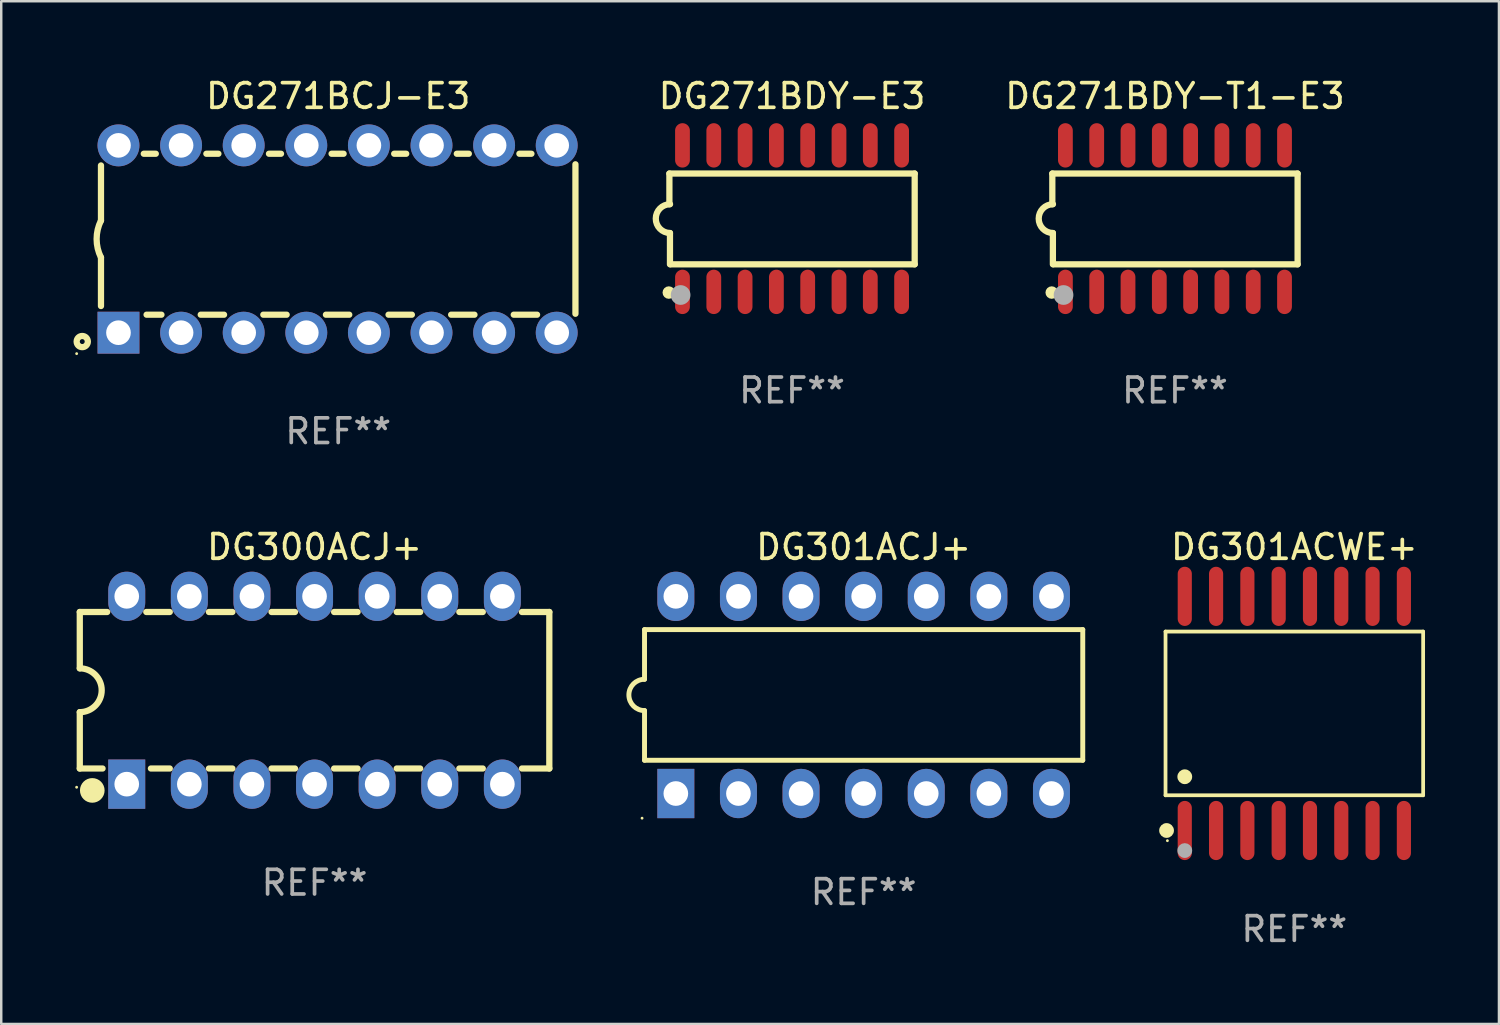
<source format=kicad_pcb>
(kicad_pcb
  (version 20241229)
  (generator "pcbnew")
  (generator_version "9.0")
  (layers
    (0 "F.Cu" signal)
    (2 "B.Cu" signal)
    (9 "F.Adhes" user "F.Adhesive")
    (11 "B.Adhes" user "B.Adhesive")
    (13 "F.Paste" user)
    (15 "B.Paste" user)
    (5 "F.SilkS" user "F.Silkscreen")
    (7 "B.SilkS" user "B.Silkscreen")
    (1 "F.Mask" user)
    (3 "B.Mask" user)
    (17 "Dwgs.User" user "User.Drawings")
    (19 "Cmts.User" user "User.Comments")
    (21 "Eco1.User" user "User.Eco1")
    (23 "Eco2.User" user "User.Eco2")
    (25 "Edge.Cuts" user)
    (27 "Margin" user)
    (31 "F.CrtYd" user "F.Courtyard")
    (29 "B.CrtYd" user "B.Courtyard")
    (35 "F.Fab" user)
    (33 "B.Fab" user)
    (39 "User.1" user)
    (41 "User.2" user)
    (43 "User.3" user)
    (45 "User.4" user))
  (footprint "DG300ACJ+"
    (layer "F.Cu")
    (at 9.712 24.955)
    (property "Reference" "DG300ACJ+" (at 0 -5.81 0) (layer "F.SilkS") (effects (font (size 1 1) (thickness 0.15))))
    (attr through_hole)
    (fp_line (start -9.525 -3.175) (end -9.525 -0.889) (stroke (width 0.254) (type solid)) (layer "F.SilkS"))
    (fp_line (start -9.525 -3.175) (end -8.414 -3.175) (stroke (width 0.254) (type solid)) (layer "F.SilkS"))
    (fp_line (start -9.525 3.175) (end -9.525 0.889) (stroke (width 0.254) (type solid)) (layer "F.SilkS"))
    (fp_line (start -8.601 3.175) (end -9.525 3.175) (stroke (width 0.254) (type solid)) (layer "F.SilkS"))
    (fp_line (start -6.826 -3.175) (end -5.874 -3.175) (stroke (width 0.254) (type solid)) (layer "F.SilkS"))
    (fp_line (start -5.874 3.175) (end -6.639 3.175) (stroke (width 0.254) (type solid)) (layer "F.SilkS"))
    (fp_line (start -4.286 -3.175) (end -3.334 -3.175) (stroke (width 0.254) (type solid)) (layer "F.SilkS"))
    (fp_line (start -3.334 3.175) (end -4.286 3.175) (stroke (width 0.254) (type solid)) (layer "F.SilkS"))
    (fp_line (start -1.746 -3.175) (end -0.794 -3.175) (stroke (width 0.254) (type solid)) (layer "F.SilkS"))
    (fp_line (start -0.794 3.175) (end -1.746 3.175) (stroke (width 0.254) (type solid)) (layer "F.SilkS"))
    (fp_line (start 0.794 -3.175) (end 1.746 -3.175) (stroke (width 0.254) (type solid)) (layer "F.SilkS"))
    (fp_line (start 1.746 3.175) (end 0.794 3.175) (stroke (width 0.254) (type solid)) (layer "F.SilkS"))
    (fp_line (start 3.334 -3.175) (end 4.286 -3.175) (stroke (width 0.254) (type solid)) (layer "F.SilkS"))
    (fp_line (start 4.286 3.175) (end 3.334 3.175) (stroke (width 0.254) (type solid)) (layer "F.SilkS"))
    (fp_line (start 5.874 -3.175) (end 6.826 -3.175) (stroke (width 0.254) (type solid)) (layer "F.SilkS"))
    (fp_line (start 6.826 3.175) (end 5.874 3.175) (stroke (width 0.254) (type solid)) (layer "F.SilkS"))
    (fp_line (start 8.414 -3.175) (end 9.525 -3.175) (stroke (width 0.254) (type solid)) (layer "F.SilkS"))
    (fp_line (start 9.525 -3.175) (end 9.525 3.175) (stroke (width 0.254) (type solid)) (layer "F.SilkS"))
    (fp_line (start 9.525 3.175) (end 8.414 3.175) (stroke (width 0.254) (type solid)) (layer "F.SilkS"))
    (fp_arc (start -9.525019 -0.889002) (mid -8.636017 0) (end -9.525019 0.889002) (stroke (width 0.254001) (type solid)) (layer "F.SilkS"))
    (fp_circle (center -9.653 3.935) (end -9.623 3.935) (stroke (width 0.06) (type solid)) (fill no) (layer "F.SilkS"))
    (fp_circle (center -9.018 4.064) (end -8.768 4.064) (stroke (width 0.5) (type solid)) (fill no) (layer "F.SilkS"))
    (fp_text user "REF**" (at 0 7.81 0) (layer "F.Fab") (effects (font (size 1 1) (thickness 0.15))))
    (pad "1" thru_hole rect (at -7.62 3.81) (size 1.5 2) (drill 1) (layers "*.Cu" "*.Mask"))
    (pad "2" thru_hole oval (at -5.08 3.81) (size 1.5 2) (drill 1) (layers "*.Cu" "*.Mask"))
    (pad "3" thru_hole oval (at -2.54 3.81) (size 1.5 2) (drill 1) (layers "*.Cu" "*.Mask"))
    (pad "4" thru_hole oval (at 0 3.81) (size 1.5 2) (drill 1) (layers "*.Cu" "*.Mask"))
    (pad "5" thru_hole oval (at 2.54 3.81) (size 1.5 2) (drill 1) (layers "*.Cu" "*.Mask"))
    (pad "6" thru_hole oval (at 5.08 3.81) (size 1.5 2) (drill 1) (layers "*.Cu" "*.Mask"))
    (pad "7" thru_hole oval (at 7.62 3.81) (size 1.5 2) (drill 1) (layers "*.Cu" "*.Mask"))
    (pad "8" thru_hole oval (at 7.62 -3.81) (size 1.5 2) (drill 1) (layers "*.Cu" "*.Mask"))
    (pad "9" thru_hole oval (at 5.08 -3.81) (size 1.5 2) (drill 1) (layers "*.Cu" "*.Mask"))
    (pad "10" thru_hole oval (at 2.54 -3.81) (size 1.5 2) (drill 1) (layers "*.Cu" "*.Mask"))
    (pad "11" thru_hole oval (at 0 -3.81) (size 1.5 2) (drill 1) (layers "*.Cu" "*.Mask"))
    (pad "12" thru_hole oval (at -2.54 -3.81) (size 1.5 2) (drill 1) (layers "*.Cu" "*.Mask"))
    (pad "13" thru_hole oval (at -5.08 -3.81) (size 1.5 2) (drill 1) (layers "*.Cu" "*.Mask"))
    (pad "14" thru_hole oval (at -7.62 -3.81) (size 1.5 2) (drill 1) (layers "*.Cu" "*.Mask")))
  (footprint "DG271BDY-E3"
    (layer "F.Cu")
    (at 29.085 5.82)
    (property "Reference" "DG271BDY-E3" (at 0 -4.972 0) (layer "F.SilkS") (effects (font (size 1 1) (thickness 0.15))))
    (attr through_hole)
    (fp_line (start -4.976 -1.829) (end -4.976 -0.584) (stroke (width 0.254) (type solid)) (layer "F.SilkS"))
    (fp_line (start -4.953 0.584) (end -4.953 1.854) (stroke (width 0.254) (type solid)) (layer "F.SilkS"))
    (fp_line (start -4.928 1.854) (end 4.976 1.854) (stroke (width 0.254) (type solid)) (layer "F.SilkS"))
    (fp_line (start 4.976 -1.829) (end -4.976 -1.829) (stroke (width 0.254) (type solid)) (layer "F.SilkS"))
    (fp_line (start 4.976 1.854) (end 4.976 -1.829) (stroke (width 0.254) (type solid)) (layer "F.SilkS"))
    (fp_arc (start -4.95301 0.584201) (mid -5.533866 -0.00152) (end -4.950088 -0.584329) (stroke (width 0.254001) (type solid)) (layer "F.SilkS"))
    (fp_circle (center -5 3) (end -4.873 3) (stroke (width 0.254) (type solid)) (fill no) (layer "F.SilkS"))
    (fp_circle (center -4.521 3.099) (end -4.321 3.099) (stroke (width 0.4) (type solid)) (fill no) (layer "F.Fab"))
    (fp_text user "REF**" (at 0 6.972 0) (layer "F.Fab") (effects (font (size 1 1) (thickness 0.15))))
    (pad "1" smd oval (at -4.445 2.972 180) (size 0.6 1.8) (layers "F.Cu" "F.Mask" "F.Paste"))
    (pad "2" smd oval (at -3.175 2.972 180) (size 0.6 1.8) (layers "F.Cu" "F.Mask" "F.Paste"))
    (pad "3" smd oval (at -1.905 2.972 180) (size 0.6 1.8) (layers "F.Cu" "F.Mask" "F.Paste"))
    (pad "4" smd oval (at -0.635 2.972 180) (size 0.6 1.8) (layers "F.Cu" "F.Mask" "F.Paste"))
    (pad "5" smd oval (at 0.635 2.972 180) (size 0.6 1.8) (layers "F.Cu" "F.Mask" "F.Paste"))
    (pad "6" smd oval (at 1.905 2.972 180) (size 0.6 1.8) (layers "F.Cu" "F.Mask" "F.Paste"))
    (pad "7" smd oval (at 3.175 2.972 180) (size 0.6 1.8) (layers "F.Cu" "F.Mask" "F.Paste"))
    (pad "8" smd oval (at 4.445 2.972 180) (size 0.6 1.8) (layers "F.Cu" "F.Mask" "F.Paste"))
    (pad "9" smd oval (at 4.445 -2.972 180) (size 0.6 1.8) (layers "F.Cu" "F.Mask" "F.Paste"))
    (pad "10" smd oval (at 3.175 -2.972 180) (size 0.6 1.8) (layers "F.Cu" "F.Mask" "F.Paste"))
    (pad "11" smd oval (at 1.905 -2.972 180) (size 0.6 1.8) (layers "F.Cu" "F.Mask" "F.Paste"))
    (pad "12" smd oval (at 0.635 -2.972 180) (size 0.6 1.8) (layers "F.Cu" "F.Mask" "F.Paste"))
    (pad "13" smd oval (at -0.635 -2.972 180) (size 0.6 1.8) (layers "F.Cu" "F.Mask" "F.Paste"))
    (pad "14" smd oval (at -1.905 -2.972 180) (size 0.6 1.8) (layers "F.Cu" "F.Mask" "F.Paste"))
    (pad "15" smd oval (at -3.175 -2.972 180) (size 0.6 1.8) (layers "F.Cu" "F.Mask" "F.Paste"))
    (pad "16" smd oval (at -4.445 -2.972 180) (size 0.6 1.8) (layers "F.Cu" "F.Mask" "F.Paste")))
  (footprint "DG301ACJ+"
    (layer "F.Cu")
    (at 31.99 25.145)
    (property "Reference" "DG301ACJ+" (at 0 -6 0) (layer "F.SilkS") (effects (font (size 1 1) (thickness 0.15))))
    (attr through_hole)
    (fp_line (start -8.89 -2.65) (end -8.89 -0.635) (stroke (width 0.2) (type solid)) (layer "F.SilkS"))
    (fp_line (start -8.89 0.635) (end -8.89 2.65) (stroke (width 0.2) (type solid)) (layer "F.SilkS"))
    (fp_line (start -8.89 2.65) (end 8.89 2.65) (stroke (width 0.2) (type solid)) (layer "F.SilkS"))
    (fp_line (start 8.89 -2.65) (end -8.89 -2.65) (stroke (width 0.2) (type solid)) (layer "F.SilkS"))
    (fp_line (start 8.89 2.65) (end 8.89 -2.65) (stroke (width 0.2) (type solid)) (layer "F.SilkS"))
    (fp_arc (start -8.890018 0.635001) (mid -9.525019 0) (end -8.890018 -0.635001) (stroke (width 0.2) (type solid)) (layer "F.SilkS"))
    (fp_circle (center -8.99 5) (end -8.96 5) (stroke (width 0.06) (type solid)) (fill no) (layer "F.SilkS"))
    (fp_text user "REF**" (at 0 8 0) (layer "F.Fab") (effects (font (size 1 1) (thickness 0.15))))
    (pad "1" thru_hole rect (at -7.62 4 90) (size 2 1.5) (drill 1) (layers "*.Cu" "*.Mask"))
    (pad "2" thru_hole oval (at -5.08 4 90) (size 2 1.5) (drill 1) (layers "*.Cu" "*.Mask"))
    (pad "3" thru_hole oval (at -2.54 4 90) (size 2 1.5) (drill 1) (layers "*.Cu" "*.Mask"))
    (pad "4" thru_hole oval (at 0 4 90) (size 2 1.5) (drill 1) (layers "*.Cu" "*.Mask"))
    (pad "5" thru_hole oval (at 2.54 4 90) (size 2 1.5) (drill 1) (layers "*.Cu" "*.Mask"))
    (pad "6" thru_hole oval (at 5.08 4 90) (size 2 1.5) (drill 1) (layers "*.Cu" "*.Mask"))
    (pad "7" thru_hole oval (at 7.62 4 90) (size 2 1.5) (drill 1) (layers "*.Cu" "*.Mask"))
    (pad "8" thru_hole oval (at 7.62 -4 90) (size 2 1.5) (drill 1) (layers "*.Cu" "*.Mask"))
    (pad "9" thru_hole oval (at 5.08 -4 90) (size 2 1.5) (drill 1) (layers "*.Cu" "*.Mask"))
    (pad "10" thru_hole oval (at 2.54 -4 90) (size 2 1.5) (drill 1) (layers "*.Cu" "*.Mask"))
    (pad "11" thru_hole oval (at 0 -4 90) (size 2 1.5) (drill 1) (layers "*.Cu" "*.Mask"))
    (pad "12" thru_hole oval (at -2.54 -4 90) (size 2 1.5) (drill 1) (layers "*.Cu" "*.Mask"))
    (pad "13" thru_hole oval (at -5.08 -4 90) (size 2 1.5) (drill 1) (layers "*.Cu" "*.Mask"))
    (pad "14" thru_hole oval (at -7.62 -4 90) (size 2 1.5) (drill 1) (layers "*.Cu" "*.Mask")))
  (footprint "DG271BDY-T1-E3"
    (layer "F.Cu")
    (at 44.621 5.82)
    (property "Reference" "DG271BDY-T1-E3" (at 0 -4.972 0) (layer "F.SilkS") (effects (font (size 1 1) (thickness 0.15))))
    (attr through_hole)
    (fp_line (start -4.976 -1.829) (end -4.976 -0.584) (stroke (width 0.254) (type solid)) (layer "F.SilkS"))
    (fp_line (start -4.953 0.584) (end -4.953 1.854) (stroke (width 0.254) (type solid)) (layer "F.SilkS"))
    (fp_line (start -4.928 1.854) (end 4.976 1.854) (stroke (width 0.254) (type solid)) (layer "F.SilkS"))
    (fp_line (start 4.976 -1.829) (end -4.976 -1.829) (stroke (width 0.254) (type solid)) (layer "F.SilkS"))
    (fp_line (start 4.976 1.854) (end 4.976 -1.829) (stroke (width 0.254) (type solid)) (layer "F.SilkS"))
    (fp_arc (start -4.95301 0.584201) (mid -5.533866 -0.00152) (end -4.950088 -0.584329) (stroke (width 0.254001) (type solid)) (layer "F.SilkS"))
    (fp_circle (center -5 3) (end -4.873 3) (stroke (width 0.254) (type solid)) (fill no) (layer "F.SilkS"))
    (fp_circle (center -4.521 3.099) (end -4.321 3.099) (stroke (width 0.4) (type solid)) (fill no) (layer "F.Fab"))
    (fp_text user "REF**" (at 0 6.972 0) (layer "F.Fab") (effects (font (size 1 1) (thickness 0.15))))
    (pad "1" smd oval (at -4.445 2.972 180) (size 0.6 1.8) (layers "F.Cu" "F.Mask" "F.Paste"))
    (pad "2" smd oval (at -3.175 2.972 180) (size 0.6 1.8) (layers "F.Cu" "F.Mask" "F.Paste"))
    (pad "3" smd oval (at -1.905 2.972 180) (size 0.6 1.8) (layers "F.Cu" "F.Mask" "F.Paste"))
    (pad "4" smd oval (at -0.635 2.972 180) (size 0.6 1.8) (layers "F.Cu" "F.Mask" "F.Paste"))
    (pad "5" smd oval (at 0.635 2.972 180) (size 0.6 1.8) (layers "F.Cu" "F.Mask" "F.Paste"))
    (pad "6" smd oval (at 1.905 2.972 180) (size 0.6 1.8) (layers "F.Cu" "F.Mask" "F.Paste"))
    (pad "7" smd oval (at 3.175 2.972 180) (size 0.6 1.8) (layers "F.Cu" "F.Mask" "F.Paste"))
    (pad "8" smd oval (at 4.445 2.972 180) (size 0.6 1.8) (layers "F.Cu" "F.Mask" "F.Paste"))
    (pad "9" smd oval (at 4.445 -2.972 180) (size 0.6 1.8) (layers "F.Cu" "F.Mask" "F.Paste"))
    (pad "10" smd oval (at 3.175 -2.972 180) (size 0.6 1.8) (layers "F.Cu" "F.Mask" "F.Paste"))
    (pad "11" smd oval (at 1.905 -2.972 180) (size 0.6 1.8) (layers "F.Cu" "F.Mask" "F.Paste"))
    (pad "12" smd oval (at 0.635 -2.972 180) (size 0.6 1.8) (layers "F.Cu" "F.Mask" "F.Paste"))
    (pad "13" smd oval (at -0.635 -2.972 180) (size 0.6 1.8) (layers "F.Cu" "F.Mask" "F.Paste"))
    (pad "14" smd oval (at -1.905 -2.972 180) (size 0.6 1.8) (layers "F.Cu" "F.Mask" "F.Paste"))
    (pad "15" smd oval (at -3.175 -2.972 180) (size 0.6 1.8) (layers "F.Cu" "F.Mask" "F.Paste"))
    (pad "16" smd oval (at -4.445 -2.972 180) (size 0.6 1.8) (layers "F.Cu" "F.Mask" "F.Paste")))
  (footprint "DG271BCJ-E3"
    (layer "F.Cu")
    (at 10.672 6.648)
    (property "Reference" "DG271BCJ-E3" (at 0 -5.8 0) (layer "F.SilkS") (effects (font (size 1 1) (thickness 0.15))))
    (attr through_hole)
    (fp_line (start -9.625 -0.75) (end -9.625 -2.985) (stroke (width 0.254) (type solid)) (layer "F.SilkS"))
    (fp_line (start -9.625 0.749) (end -9.625 2.719) (stroke (width 0.254) (type solid)) (layer "F.SilkS"))
    (fp_line (start -7.889 -3.46) (end -7.401 -3.46) (stroke (width 0.254) (type solid)) (layer "F.SilkS"))
    (fp_line (start -7.775 3.07) (end -7.172 3.07) (stroke (width 0.254) (type solid)) (layer "F.SilkS"))
    (fp_line (start -5.578 3.07) (end -4.632 3.07) (stroke (width 0.254) (type solid)) (layer "F.SilkS"))
    (fp_line (start -5.349 -3.46) (end -4.861 -3.46) (stroke (width 0.254) (type solid)) (layer "F.SilkS"))
    (fp_line (start -3.038 3.07) (end -2.092 3.07) (stroke (width 0.254) (type solid)) (layer "F.SilkS"))
    (fp_line (start -2.809 -3.46) (end -2.321 -3.46) (stroke (width 0.254) (type solid)) (layer "F.SilkS"))
    (fp_line (start -0.498 3.07) (end 0.448 3.07) (stroke (width 0.254) (type solid)) (layer "F.SilkS"))
    (fp_line (start -0.269 -3.46) (end 0.219 -3.46) (stroke (width 0.254) (type solid)) (layer "F.SilkS"))
    (fp_line (start 2.042 3.07) (end 2.988 3.07) (stroke (width 0.254) (type solid)) (layer "F.SilkS"))
    (fp_line (start 2.271 -3.46) (end 2.759 -3.46) (stroke (width 0.254) (type solid)) (layer "F.SilkS"))
    (fp_line (start 4.582 3.07) (end 5.528 3.07) (stroke (width 0.254) (type solid)) (layer "F.SilkS"))
    (fp_line (start 4.811 -3.46) (end 5.299 -3.46) (stroke (width 0.254) (type solid)) (layer "F.SilkS"))
    (fp_line (start 7.122 3.07) (end 8.068 3.07) (stroke (width 0.254) (type solid)) (layer "F.SilkS"))
    (fp_line (start 7.351 -3.46) (end 7.839 -3.46) (stroke (width 0.254) (type solid)) (layer "F.SilkS"))
    (fp_line (start 9.625 3.032) (end 9.625 -3.032) (stroke (width 0.254) (type solid)) (layer "F.SilkS"))
    (fp_arc (start -9.62498 0.748819) (mid -9.801899 -0.000581) (end -9.625006 -0.749987) (stroke (width 0.254001) (type solid)) (layer "F.SilkS"))
    (fp_circle (center -10.612 4.65) (end -10.582 4.65) (stroke (width 0.06) (type solid)) (fill no) (layer "F.SilkS"))
    (fp_circle (center -10.385 4.16) (end -10.285 4.16) (stroke (width 0.254) (type solid)) (fill no) (layer "F.SilkS"))
    (fp_text user "REF**" (at 0 7.8 0) (layer "F.Fab") (effects (font (size 1 1) (thickness 0.15))))
    (pad "1" thru_hole rect (at -8.915 3.8 90) (size 1.7 1.7) (drill 1) (layers "*.Cu" "*.Mask"))
    (pad "2" thru_hole circle (at -6.375 3.8) (size 1.7 1.7) (drill 1) (layers "*.Cu" "*.Mask"))
    (pad "3" thru_hole circle (at -3.835 3.8) (size 1.7 1.7) (drill 1) (layers "*.Cu" "*.Mask"))
    (pad "4" thru_hole circle (at -1.295 3.8) (size 1.7 1.7) (drill 1) (layers "*.Cu" "*.Mask"))
    (pad "5" thru_hole circle (at 1.245 3.8) (size 1.7 1.7) (drill 1) (layers "*.Cu" "*.Mask"))
    (pad "6" thru_hole circle (at 3.785 3.8) (size 1.7 1.7) (drill 1) (layers "*.Cu" "*.Mask"))
    (pad "7" thru_hole circle (at 6.325 3.8) (size 1.7 1.7) (drill 1) (layers "*.Cu" "*.Mask"))
    (pad "8" thru_hole circle (at 8.865 3.8) (size 1.7 1.7) (drill 1) (layers "*.Cu" "*.Mask"))
    (pad "9" thru_hole circle (at 8.865 -3.8) (size 1.7 1.7) (drill 1) (layers "*.Cu" "*.Mask"))
    (pad "10" thru_hole circle (at 6.325 -3.8) (size 1.7 1.7) (drill 1) (layers "*.Cu" "*.Mask"))
    (pad "11" thru_hole circle (at 3.785 -3.8) (size 1.7 1.7) (drill 1) (layers "*.Cu" "*.Mask"))
    (pad "12" thru_hole circle (at 1.245 -3.8) (size 1.7 1.7) (drill 1) (layers "*.Cu" "*.Mask"))
    (pad "13" thru_hole circle (at -1.295 -3.8) (size 1.7 1.7) (drill 1) (layers "*.Cu" "*.Mask"))
    (pad "14" thru_hole circle (at -3.835 -3.8) (size 1.7 1.7) (drill 1) (layers "*.Cu" "*.Mask"))
    (pad "15" thru_hole circle (at -6.375 -3.8) (size 1.7 1.7) (drill 1) (layers "*.Cu" "*.Mask"))
    (pad "16" thru_hole circle (at -8.915 -3.8) (size 1.7 1.7) (drill 1) (layers "*.Cu" "*.Mask")))
  (footprint "DG301ACWE+"
    (layer "F.Cu")
    (at 49.464 25.895)
    (property "Reference" "DG301ACWE+" (at 0 -6.75 0) (layer "F.SilkS") (effects (font (size 1 1) (thickness 0.15))))
    (attr through_hole)
    (fp_line (start -5.226 -3.321) (end 5.226 -3.321) (stroke (width 0.152) (type solid)) (layer "F.SilkS"))
    (fp_line (start -5.226 3.321) (end -5.226 -3.321) (stroke (width 0.152) (type solid)) (layer "F.SilkS"))
    (fp_line (start 5.226 -3.321) (end 5.226 3.321) (stroke (width 0.152) (type solid)) (layer "F.SilkS"))
    (fp_line (start 5.226 3.321) (end -5.226 3.321) (stroke (width 0.152) (type solid)) (layer "F.SilkS"))
    (fp_circle (center -5.184 4.75) (end -5.034 4.75) (stroke (width 0.3) (type solid)) (fill no) (layer "F.SilkS"))
    (fp_circle (center -5.15 5.163) (end -5.12 5.163) (stroke (width 0.06) (type solid)) (fill no) (layer "F.SilkS"))
    (fp_circle (center -4.445 2.569) (end -4.295 2.569) (stroke (width 0.3) (type solid)) (fill no) (layer "F.SilkS"))
    (fp_circle (center -4.445 5.563) (end -4.295 5.563) (stroke (width 0.3) (type solid)) (fill no) (layer "F.Fab"))
    (fp_text user "REF**" (at 0 8.75 0) (layer "F.Fab") (effects (font (size 1 1) (thickness 0.15))))
    (pad "1" smd oval (at -4.445 4.75) (size 0.574 2.401) (layers "F.Cu" "F.Mask" "F.Paste"))
    (pad "2" smd oval (at -3.175 4.75) (size 0.574 2.401) (layers "F.Cu" "F.Mask" "F.Paste"))
    (pad "3" smd oval (at -1.905 4.75) (size 0.574 2.401) (layers "F.Cu" "F.Mask" "F.Paste"))
    (pad "4" smd oval (at -0.635 4.75) (size 0.574 2.401) (layers "F.Cu" "F.Mask" "F.Paste"))
    (pad "5" smd oval (at 0.635 4.75) (size 0.574 2.401) (layers "F.Cu" "F.Mask" "F.Paste"))
    (pad "6" smd oval (at 1.905 4.75) (size 0.574 2.401) (layers "F.Cu" "F.Mask" "F.Paste"))
    (pad "7" smd oval (at 3.175 4.75) (size 0.574 2.401) (layers "F.Cu" "F.Mask" "F.Paste"))
    (pad "8" smd oval (at 4.445 4.75) (size 0.574 2.401) (layers "F.Cu" "F.Mask" "F.Paste"))
    (pad "9" smd oval (at 4.445 -4.75) (size 0.574 2.401) (layers "F.Cu" "F.Mask" "F.Paste"))
    (pad "10" smd oval (at 3.175 -4.75) (size 0.574 2.401) (layers "F.Cu" "F.Mask" "F.Paste"))
    (pad "11" smd oval (at 1.905 -4.75) (size 0.574 2.401) (layers "F.Cu" "F.Mask" "F.Paste"))
    (pad "12" smd oval (at 0.635 -4.75) (size 0.574 2.401) (layers "F.Cu" "F.Mask" "F.Paste"))
    (pad "13" smd oval (at -0.635 -4.75) (size 0.574 2.401) (layers "F.Cu" "F.Mask" "F.Paste"))
    (pad "14" smd oval (at -1.905 -4.75) (size 0.574 2.401) (layers "F.Cu" "F.Mask" "F.Paste"))
    (pad "15" smd oval (at -3.175 -4.75) (size 0.574 2.401) (layers "F.Cu" "F.Mask" "F.Paste"))
    (pad "16" smd oval (at -4.445 -4.75) (size 0.574 2.401) (layers "F.Cu" "F.Mask" "F.Paste")))
  (gr_rect
    (start -3 -3)
    (end 57.766 38.494)
    (stroke (width 0.1) (type default))
    (fill no)
    (layer "Edge.Cuts")))
</source>
